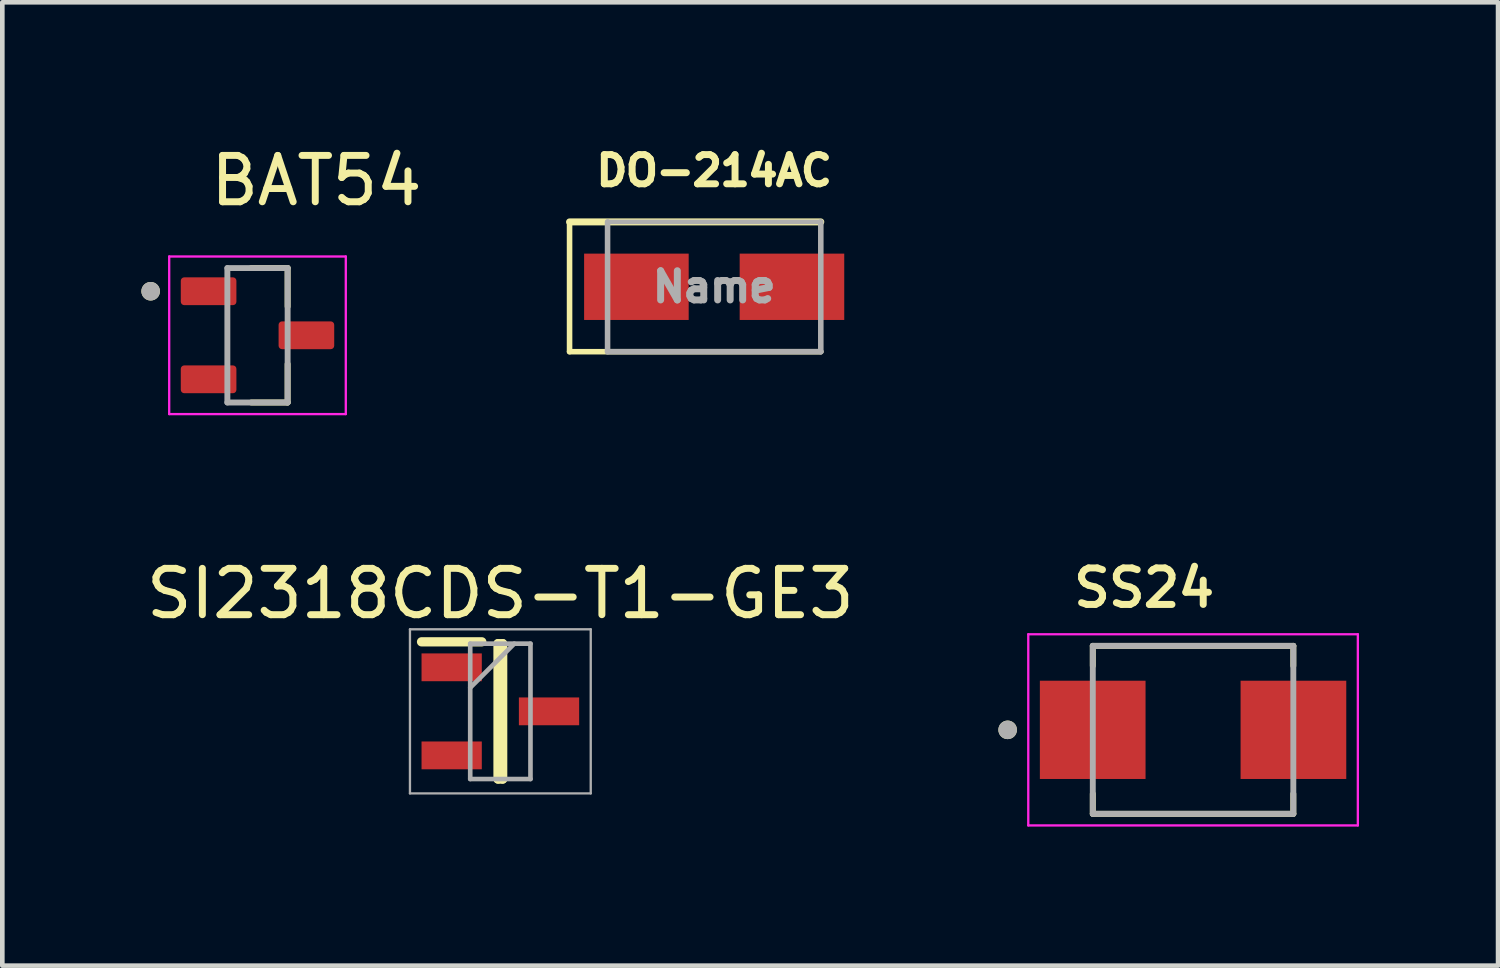
<source format=kicad_pcb>
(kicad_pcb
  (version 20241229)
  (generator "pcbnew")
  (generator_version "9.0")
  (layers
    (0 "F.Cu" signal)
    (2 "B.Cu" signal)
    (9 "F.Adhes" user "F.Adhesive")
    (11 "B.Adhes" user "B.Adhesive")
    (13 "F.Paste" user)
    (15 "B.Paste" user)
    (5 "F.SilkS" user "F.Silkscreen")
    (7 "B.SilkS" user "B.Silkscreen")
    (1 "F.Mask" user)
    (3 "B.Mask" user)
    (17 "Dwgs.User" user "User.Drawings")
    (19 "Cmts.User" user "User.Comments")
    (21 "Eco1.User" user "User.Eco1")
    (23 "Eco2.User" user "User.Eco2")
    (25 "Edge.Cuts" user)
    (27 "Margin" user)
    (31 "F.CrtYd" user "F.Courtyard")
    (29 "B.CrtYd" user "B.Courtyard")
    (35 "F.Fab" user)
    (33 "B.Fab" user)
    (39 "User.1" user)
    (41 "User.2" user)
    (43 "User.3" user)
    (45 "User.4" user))
  (footprint "BAT54"
    (layer "F.Cu")
    (at 2.505 4.183)
    (property "Reference" "BAT54" (at 1.27 -3.335 0) (layer "F.SilkS") (effects (font (size 1 1) (thickness 0.15))))
    (attr smd)
    (fp_line (start -0.135 1.45) (end 0.65 1.45) (stroke (width 0.127) (type solid)) (layer "F.SilkS"))
    (fp_line (start 0.65 -1.45) (end -0.135 -1.45) (stroke (width 0.127) (type solid)) (layer "F.SilkS"))
    (fp_line (start 0.65 -0.62) (end 0.65 -1.45) (stroke (width 0.127) (type solid)) (layer "F.SilkS"))
    (fp_line (start 0.65 1.45) (end 0.65 0.62) (stroke (width 0.127) (type solid)) (layer "F.SilkS"))
    (fp_circle (center -2.305 -0.95) (end -2.205 -0.95) (stroke (width 0.2) (type solid)) (fill no) (layer "F.SilkS"))
    (fp_line (start -1.905 -1.7) (end -1.905 1.7) (stroke (width 0.05) (type solid)) (layer "F.CrtYd"))
    (fp_line (start -1.905 1.7) (end 1.905 1.7) (stroke (width 0.05) (type solid)) (layer "F.CrtYd"))
    (fp_line (start 1.905 -1.7) (end -1.905 -1.7) (stroke (width 0.05) (type solid)) (layer "F.CrtYd"))
    (fp_line (start 1.905 1.7) (end 1.905 -1.7) (stroke (width 0.05) (type solid)) (layer "F.CrtYd"))
    (fp_line (start -0.65 -1.45) (end -0.65 1.45) (stroke (width 0.127) (type solid)) (layer "F.Fab"))
    (fp_line (start -0.65 1.45) (end 0.65 1.45) (stroke (width 0.127) (type solid)) (layer "F.Fab"))
    (fp_line (start 0.65 -1.45) (end -0.65 -1.45) (stroke (width 0.127) (type solid)) (layer "F.Fab"))
    (fp_line (start 0.65 1.45) (end 0.65 -1.45) (stroke (width 0.127) (type solid)) (layer "F.Fab"))
    (fp_circle (center -2.305 -0.95) (end -2.205 -0.95) (stroke (width 0.2) (type solid)) (fill no) (layer "F.Fab"))
    (pad "1" smd roundrect (at -1.055 -0.95) (size 1.2 0.6) (layers "F.Cu" "F.Mask" "F.Paste") (roundrect_rratio 0.125))
    (pad "2" smd roundrect (at -1.055 0.95) (size 1.2 0.6) (layers "F.Cu" "F.Mask" "F.Paste") (roundrect_rratio 0.125))
    (pad "3" smd roundrect (at 1.055 0) (size 1.2 0.6) (layers "F.Cu" "F.Mask" "F.Paste") (roundrect_rratio 0.125)))
  (footprint "SI2318CDS-T1-GE3"
    (layer "F.Cu")
    (at 7.744 12.296)
    (property "Reference" "SI2318CDS-T1-GE3" (at 0 -2.54 0) (layer "F.SilkS") (effects (font (size 1 1) (thickness 0.15))))
    (attr smd)
    (fp_line (start -1.7 -1.5) (end -0.4 -1.5) (stroke (width 0.2) (type solid)) (layer "F.SilkS"))
    (fp_line (start -0.05 -1.46) (end 0.05 -1.46) (stroke (width 0.2) (type solid)) (layer "F.SilkS"))
    (fp_line (start -0.05 1.46) (end -0.05 -1.46) (stroke (width 0.2) (type solid)) (layer "F.SilkS"))
    (fp_line (start 0.05 -1.46) (end 0.05 1.46) (stroke (width 0.2) (type solid)) (layer "F.SilkS"))
    (fp_line (start 0.05 1.46) (end -0.05 1.46) (stroke (width 0.2) (type solid)) (layer "F.SilkS"))
    (fp_line (start -1.95 -1.77) (end 1.95 -1.77) (stroke (width 0.05) (type solid)) (layer "F.Fab"))
    (fp_line (start -1.95 1.77) (end -1.95 -1.77) (stroke (width 0.05) (type solid)) (layer "F.Fab"))
    (fp_line (start -0.65 -1.46) (end 0.65 -1.46) (stroke (width 0.1) (type solid)) (layer "F.Fab"))
    (fp_line (start -0.65 -0.51) (end 0.3 -1.46) (stroke (width 0.1) (type solid)) (layer "F.Fab"))
    (fp_line (start -0.65 1.46) (end -0.65 -1.46) (stroke (width 0.1) (type solid)) (layer "F.Fab"))
    (fp_line (start 0.65 -1.46) (end 0.65 1.46) (stroke (width 0.1) (type solid)) (layer "F.Fab"))
    (fp_line (start 0.65 1.46) (end -0.65 1.46) (stroke (width 0.1) (type solid)) (layer "F.Fab"))
    (fp_line (start 1.95 -1.77) (end 1.95 1.77) (stroke (width 0.05) (type solid)) (layer "F.Fab"))
    (fp_line (start 1.95 1.77) (end -1.95 1.77) (stroke (width 0.05) (type solid)) (layer "F.Fab"))
    (pad "1" smd rect (at -1.05 -0.95) (size 1.3 0.6) (layers "F.Cu" "F.Mask" "F.Paste"))
    (pad "2" smd rect (at -1.05 0.95) (size 1.3 0.6) (layers "F.Cu" "F.Mask" "F.Paste"))
    (pad "3" smd rect (at 1.05 0) (size 1.3 0.6) (layers "F.Cu" "F.Mask" "F.Paste")))
  (footprint "DO-214AC"
    (layer "F.Cu")
    (at 12.357 3.137)
    (property "Reference" "DO-214AC" (at 0 -2.505 0) (layer "F.SilkS") (effects (font (size 0.63 0.63) (thickness 0.15))))
    (attr smd)
    (fp_line (start -3.12 -1.4) (end -3.12 1.4) (stroke (width 0.12) (type solid)) (layer "F.SilkS"))
    (fp_line (start -3.12 -1.4) (end 2.3 -1.4) (stroke (width 0.15) (type solid)) (layer "F.SilkS"))
    (fp_line (start -3.12 1.4) (end 2.3 1.4) (stroke (width 0.12) (type solid)) (layer "F.SilkS"))
    (fp_line (start -2.3 -1.4) (end 2.3 -1.4) (stroke (width 0.1) (type solid)) (layer "F.Fab"))
    (fp_line (start -2.3 1.4) (end -2.3 -1.4) (stroke (width 0.12) (type solid)) (layer "F.Fab"))
    (fp_line (start 2.3 -1.4) (end 2.3 1.4) (stroke (width 0.12) (type solid)) (layer "F.Fab"))
    (fp_line (start 2.3 1.4) (end -2.3 1.4) (stroke (width 0.12) (type solid)) (layer "F.Fab"))
    (fp_text user "Name" (at 0 0 0) (layer "F.Fab") (effects (font (size 0.63 0.63) (thickness 0.15))))
    (pad "A" smd rect (at 1.678 0) (size 2.256 1.431) (layers "F.Cu" "F.Mask" "F.Paste"))
    (pad "C" smd rect (at -1.678 0) (size 2.256 1.431) (layers "F.Cu" "F.Mask" "F.Paste")))
  (footprint "SS24"
    (layer "F.Cu")
    (at 22.688 12.695)
    (property "Reference" "SS24" (at -1.055 -3.062 0) (layer "F.SilkS") (effects (font (size 0.787 0.787) (thickness 0.15))))
    (attr smd)
    (fp_line (start -2.163 -1.812) (end -2.163 -1.38) (stroke (width 0.127) (type solid)) (layer "F.SilkS"))
    (fp_line (start -2.163 1.812) (end -2.163 1.38) (stroke (width 0.127) (type solid)) (layer "F.SilkS"))
    (fp_line (start -2.163 1.812) (end 2.163 1.812) (stroke (width 0.127) (type solid)) (layer "F.SilkS"))
    (fp_line (start 2.163 -1.812) (end -2.163 -1.812) (stroke (width 0.127) (type solid)) (layer "F.SilkS"))
    (fp_line (start 2.163 -1.38) (end 2.163 -1.812) (stroke (width 0.127) (type solid)) (layer "F.SilkS"))
    (fp_line (start 2.163 1.812) (end 2.163 1.38) (stroke (width 0.127) (type solid)) (layer "F.SilkS"))
    (fp_circle (center -4 0) (end -3.9 0) (stroke (width 0.2) (type solid)) (fill no) (layer "F.SilkS"))
    (fp_line (start -3.555 -2.062) (end -3.555 2.062) (stroke (width 0.05) (type solid)) (layer "F.CrtYd"))
    (fp_line (start -3.555 2.062) (end 3.555 2.062) (stroke (width 0.05) (type solid)) (layer "F.CrtYd"))
    (fp_line (start 3.555 -2.062) (end -3.555 -2.062) (stroke (width 0.05) (type solid)) (layer "F.CrtYd"))
    (fp_line (start 3.555 2.062) (end 3.555 -2.062) (stroke (width 0.05) (type solid)) (layer "F.CrtYd"))
    (fp_line (start -2.163 -1.812) (end -2.163 1.812) (stroke (width 0.127) (type solid)) (layer "F.Fab"))
    (fp_line (start -2.163 1.812) (end 2.163 1.812) (stroke (width 0.127) (type solid)) (layer "F.Fab"))
    (fp_line (start 2.163 -1.812) (end -2.163 -1.812) (stroke (width 0.127) (type solid)) (layer "F.Fab"))
    (fp_line (start 2.163 1.812) (end 2.163 -1.812) (stroke (width 0.127) (type solid)) (layer "F.Fab"))
    (fp_circle (center -4 0) (end -3.9 0) (stroke (width 0.2) (type solid)) (fill no) (layer "F.Fab"))
    (pad "A" smd rect (at 2.165 0) (size 2.28 2.12) (layers "F.Cu" "F.Mask" "F.Paste"))
    (pad "C" smd rect (at -2.165 0) (size 2.28 2.12) (layers "F.Cu" "F.Mask" "F.Paste")))
  (gr_rect
    (start -3 -3)
    (end 29.268 17.782)
    (stroke (width 0.1) (type default))
    (fill no)
    (layer "Edge.Cuts")))
</source>
